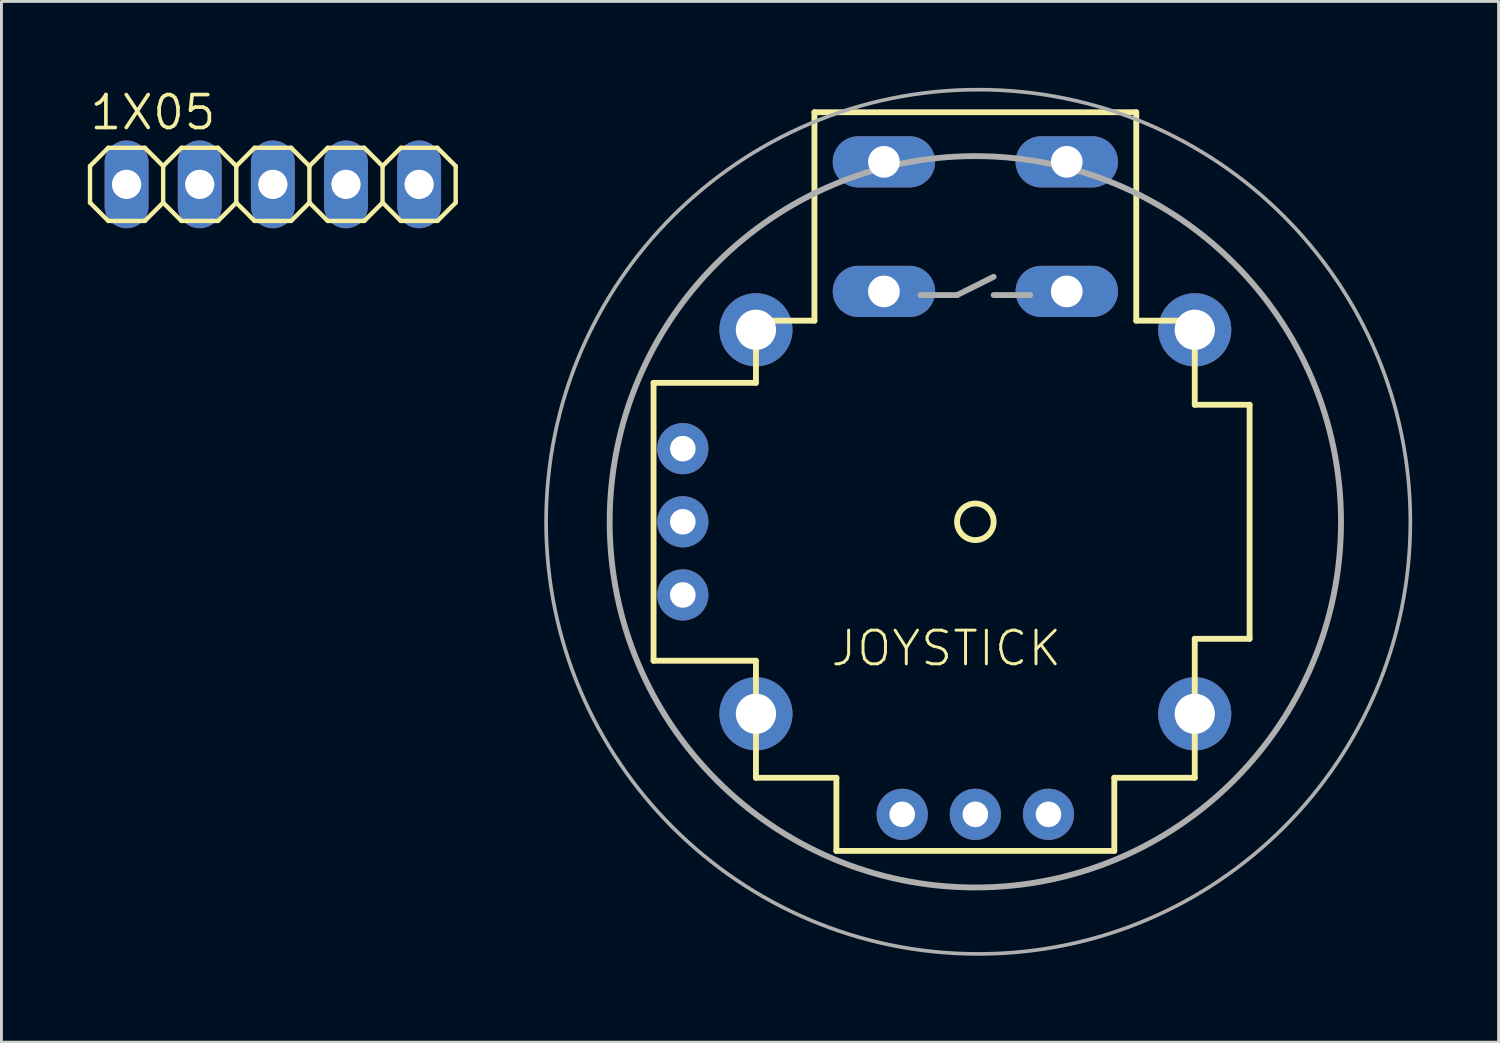
<source format=kicad_pcb>
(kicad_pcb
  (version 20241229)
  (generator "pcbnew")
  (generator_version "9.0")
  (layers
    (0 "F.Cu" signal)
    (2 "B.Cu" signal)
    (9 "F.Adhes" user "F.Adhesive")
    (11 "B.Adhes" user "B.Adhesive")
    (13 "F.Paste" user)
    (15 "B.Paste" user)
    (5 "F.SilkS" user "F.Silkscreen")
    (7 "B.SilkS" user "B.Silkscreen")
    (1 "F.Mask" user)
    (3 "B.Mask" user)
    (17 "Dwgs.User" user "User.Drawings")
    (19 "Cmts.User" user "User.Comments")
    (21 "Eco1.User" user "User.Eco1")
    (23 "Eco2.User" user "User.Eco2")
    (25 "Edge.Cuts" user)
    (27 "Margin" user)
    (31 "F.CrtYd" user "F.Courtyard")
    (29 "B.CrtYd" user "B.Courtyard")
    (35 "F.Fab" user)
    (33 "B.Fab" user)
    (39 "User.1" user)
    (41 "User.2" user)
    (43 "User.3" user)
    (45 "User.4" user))
  (footprint "1X05"
    (layer "F.Cu")
    (at 6.426 3.353)
    (property "Reference" "1X05" (at -6.426 -1.829 0) (layer "F.SilkS") (effects (font (size 1.143 1.143) (thickness 0.127)) (justify left bottom)))
    (fp_line (start -6.35 -0.635) (end -6.35 0.635) (stroke (width 0.152) (type solid)) (layer "F.SilkS"))
    (fp_line (start -6.35 0.635) (end -5.715 1.27) (stroke (width 0.152) (type solid)) (layer "F.SilkS"))
    (fp_line (start -5.715 -1.27) (end -6.35 -0.635) (stroke (width 0.152) (type solid)) (layer "F.SilkS"))
    (fp_line (start -5.715 -1.27) (end -4.445 -1.27) (stroke (width 0.152) (type solid)) (layer "F.SilkS"))
    (fp_line (start -4.445 -1.27) (end -3.81 -0.635) (stroke (width 0.152) (type solid)) (layer "F.SilkS"))
    (fp_line (start -4.445 1.27) (end -5.715 1.27) (stroke (width 0.152) (type solid)) (layer "F.SilkS"))
    (fp_line (start -3.81 -0.635) (end -3.81 0.635) (stroke (width 0.152) (type solid)) (layer "F.SilkS"))
    (fp_line (start -3.81 -0.635) (end -3.175 -1.27) (stroke (width 0.152) (type solid)) (layer "F.SilkS"))
    (fp_line (start -3.81 0.635) (end -4.445 1.27) (stroke (width 0.152) (type solid)) (layer "F.SilkS"))
    (fp_line (start -3.175 -1.27) (end -1.905 -1.27) (stroke (width 0.152) (type solid)) (layer "F.SilkS"))
    (fp_line (start -3.175 1.27) (end -3.81 0.635) (stroke (width 0.152) (type solid)) (layer "F.SilkS"))
    (fp_line (start -1.905 -1.27) (end -1.27 -0.635) (stroke (width 0.152) (type solid)) (layer "F.SilkS"))
    (fp_line (start -1.905 1.27) (end -3.175 1.27) (stroke (width 0.152) (type solid)) (layer "F.SilkS"))
    (fp_line (start -1.27 -0.635) (end -1.27 0.635) (stroke (width 0.152) (type solid)) (layer "F.SilkS"))
    (fp_line (start -1.27 -0.635) (end -0.635 -1.27) (stroke (width 0.152) (type solid)) (layer "F.SilkS"))
    (fp_line (start -1.27 0.635) (end -1.905 1.27) (stroke (width 0.152) (type solid)) (layer "F.SilkS"))
    (fp_line (start -0.635 -1.27) (end 0.635 -1.27) (stroke (width 0.152) (type solid)) (layer "F.SilkS"))
    (fp_line (start -0.635 1.27) (end -1.27 0.635) (stroke (width 0.152) (type solid)) (layer "F.SilkS"))
    (fp_line (start 0.635 -1.27) (end 1.27 -0.635) (stroke (width 0.152) (type solid)) (layer "F.SilkS"))
    (fp_line (start 0.635 1.27) (end -0.635 1.27) (stroke (width 0.152) (type solid)) (layer "F.SilkS"))
    (fp_line (start 1.27 -0.635) (end 1.27 0.635) (stroke (width 0.152) (type solid)) (layer "F.SilkS"))
    (fp_line (start 1.27 0.635) (end 0.635 1.27) (stroke (width 0.152) (type solid)) (layer "F.SilkS"))
    (fp_line (start 1.27 0.635) (end 1.905 1.27) (stroke (width 0.152) (type solid)) (layer "F.SilkS"))
    (fp_line (start 1.905 -1.27) (end 1.27 -0.635) (stroke (width 0.152) (type solid)) (layer "F.SilkS"))
    (fp_line (start 1.905 -1.27) (end 3.175 -1.27) (stroke (width 0.152) (type solid)) (layer "F.SilkS"))
    (fp_line (start 3.175 -1.27) (end 3.81 -0.635) (stroke (width 0.152) (type solid)) (layer "F.SilkS"))
    (fp_line (start 3.175 1.27) (end 1.905 1.27) (stroke (width 0.152) (type solid)) (layer "F.SilkS"))
    (fp_line (start 3.81 -0.635) (end 3.81 0.635) (stroke (width 0.152) (type solid)) (layer "F.SilkS"))
    (fp_line (start 3.81 0.635) (end 3.175 1.27) (stroke (width 0.152) (type solid)) (layer "F.SilkS"))
    (fp_line (start 3.81 0.635) (end 4.445 1.27) (stroke (width 0.152) (type solid)) (layer "F.SilkS"))
    (fp_line (start 4.445 -1.27) (end 3.81 -0.635) (stroke (width 0.152) (type solid)) (layer "F.SilkS"))
    (fp_line (start 4.445 -1.27) (end 5.715 -1.27) (stroke (width 0.152) (type solid)) (layer "F.SilkS"))
    (fp_line (start 5.715 -1.27) (end 6.35 -0.635) (stroke (width 0.152) (type solid)) (layer "F.SilkS"))
    (fp_line (start 5.715 1.27) (end 4.445 1.27) (stroke (width 0.152) (type solid)) (layer "F.SilkS"))
    (fp_line (start 6.35 -0.635) (end 6.35 0.635) (stroke (width 0.152) (type solid)) (layer "F.SilkS"))
    (fp_line (start 6.35 0.635) (end 5.715 1.27) (stroke (width 0.152) (type solid)) (layer "F.SilkS"))
    (fp_poly (pts (xy -5.334 0.254) (xy -4.826 0.254) (xy -4.826 -0.254) (xy -5.334 -0.254)) (stroke (width 0.1) (type solid)) (fill no) (layer "F.Fab"))
    (fp_poly (pts (xy -2.794 0.254) (xy -2.286 0.254) (xy -2.286 -0.254) (xy -2.794 -0.254)) (stroke (width 0.1) (type solid)) (fill no) (layer "F.Fab"))
    (fp_poly (pts (xy -0.254 0.254) (xy 0.254 0.254) (xy 0.254 -0.254) (xy -0.254 -0.254)) (stroke (width 0.1) (type solid)) (fill no) (layer "F.Fab"))
    (fp_poly (pts (xy 2.286 0.254) (xy 2.794 0.254) (xy 2.794 -0.254) (xy 2.286 -0.254)) (stroke (width 0.1) (type solid)) (fill no) (layer "F.Fab"))
    (fp_poly (pts (xy 4.826 0.254) (xy 5.334 0.254) (xy 5.334 -0.254) (xy 4.826 -0.254)) (stroke (width 0.1) (type solid)) (fill no) (layer "F.Fab"))
    (pad "1" thru_hole oval (at -5.08 0 90) (size 3.048 1.524) (drill 1.016) (layers "*.Cu" "*.Mask"))
    (pad "2" thru_hole oval (at -2.54 0 90) (size 3.048 1.524) (drill 1.016) (layers "*.Cu" "*.Mask"))
    (pad "3" thru_hole oval (at 0 0 90) (size 3.048 1.524) (drill 1.016) (layers "*.Cu" "*.Mask"))
    (pad "4" thru_hole oval (at 2.54 0 90) (size 3.048 1.524) (drill 1.016) (layers "*.Cu" "*.Mask"))
    (pad "5" thru_hole oval (at 5.08 0 90) (size 3.048 1.524) (drill 1.016) (layers "*.Cu" "*.Mask")))
  (footprint "JOYSTICK"
    (layer "F.Cu")
    (at 30.824 15.072)
    (property "Reference" "JOYSTICK" (at -5.08 5.08 0) (layer "F.SilkS") (effects (font (size 1.168 1.168) (thickness 0.102)) (justify left bottom)))
    (fp_line (start -11.176 -4.826) (end -11.176 4.826) (stroke (width 0.203) (type solid)) (layer "F.SilkS"))
    (fp_line (start -7.62 -4.826) (end -11.176 -4.826) (stroke (width 0.203) (type solid)) (layer "F.SilkS"))
    (fp_line (start -7.62 -4.826) (end -7.62 -6.985) (stroke (width 0.203) (type solid)) (layer "F.SilkS"))
    (fp_line (start -7.62 4.826) (end -11.176 4.826) (stroke (width 0.203) (type solid)) (layer "F.SilkS"))
    (fp_line (start -7.62 4.826) (end -7.62 8.89) (stroke (width 0.203) (type solid)) (layer "F.SilkS"))
    (fp_line (start -5.588 -14.224) (end -5.588 -6.985) (stroke (width 0.203) (type solid)) (layer "F.SilkS"))
    (fp_line (start -5.588 -6.985) (end -7.62 -6.985) (stroke (width 0.203) (type solid)) (layer "F.SilkS"))
    (fp_line (start -4.826 8.89) (end -7.62 8.89) (stroke (width 0.203) (type solid)) (layer "F.SilkS"))
    (fp_line (start -4.826 11.43) (end -4.826 8.89) (stroke (width 0.203) (type solid)) (layer "F.SilkS"))
    (fp_line (start 4.826 8.89) (end 7.62 8.89) (stroke (width 0.203) (type solid)) (layer "F.SilkS"))
    (fp_line (start 4.826 11.43) (end -4.826 11.43) (stroke (width 0.203) (type solid)) (layer "F.SilkS"))
    (fp_line (start 4.826 11.43) (end 4.826 8.89) (stroke (width 0.203) (type solid)) (layer "F.SilkS"))
    (fp_line (start 5.588 -14.224) (end -5.588 -14.224) (stroke (width 0.203) (type solid)) (layer "F.SilkS"))
    (fp_line (start 5.588 -14.224) (end 5.588 -6.985) (stroke (width 0.203) (type solid)) (layer "F.SilkS"))
    (fp_line (start 7.62 -6.985) (end 5.588 -6.985) (stroke (width 0.203) (type solid)) (layer "F.SilkS"))
    (fp_line (start 7.62 -4.064) (end 7.62 -6.985) (stroke (width 0.203) (type solid)) (layer "F.SilkS"))
    (fp_line (start 7.62 -4.064) (end 9.525 -4.064) (stroke (width 0.203) (type solid)) (layer "F.SilkS"))
    (fp_line (start 7.62 4.064) (end 7.62 8.89) (stroke (width 0.203) (type solid)) (layer "F.SilkS"))
    (fp_line (start 7.62 4.064) (end 9.525 4.064) (stroke (width 0.203) (type solid)) (layer "F.SilkS"))
    (fp_line (start 9.525 -4.064) (end 9.525 4.064) (stroke (width 0.203) (type solid)) (layer "F.SilkS"))
    (fp_circle (center 0 0) (end 0.635 0) (stroke (width 0.203) (type solid)) (fill no) (layer "F.SilkS"))
    (fp_line (start -1.905 -7.874) (end -0.635 -7.874) (stroke (width 0.203) (type solid)) (layer "F.Fab"))
    (fp_line (start -0.635 -7.874) (end 0.635 -8.509) (stroke (width 0.203) (type solid)) (layer "F.Fab"))
    (fp_line (start 0.635 -7.874) (end 1.905 -7.874) (stroke (width 0.203) (type solid)) (layer "F.Fab"))
    (fp_circle (center 0 0) (end 12.7 0) (stroke (width 0.203) (type solid)) (fill no) (layer "F.Fab"))
    (fp_circle (center 0.1 0) (end 15.108 0) (stroke (width 0.127) (type solid)) (fill no) (layer "F.Fab"))
    (pad "B1A" thru_hole oval (at -3.175 -12.501) (size 3.556 1.778) (drill 1.1) (layers "*.Cu" "*.Mask"))
    (pad "B1B" thru_hole oval (at 3.175 -12.501) (size 3.556 1.778) (drill 1.1) (layers "*.Cu" "*.Mask"))
    (pad "B2A" thru_hole oval (at -3.175 -8.001) (size 3.556 1.778) (drill 1.1) (layers "*.Cu" "*.Mask"))
    (pad "B2B" thru_hole oval (at 3.175 -8.001) (size 3.556 1.778) (drill 1.1) (layers "*.Cu" "*.Mask"))
    (pad "H1" thru_hole circle (at -2.54 10.16) (size 1.778 1.778) (drill 0.889) (layers "*.Cu" "*.Mask"))
    (pad "H2" thru_hole circle (at 0 10.16) (size 1.778 1.778) (drill 0.889) (layers "*.Cu" "*.Mask"))
    (pad "H3" thru_hole circle (at 2.54 10.16) (size 1.778 1.778) (drill 0.889) (layers "*.Cu" "*.Mask"))
    (pad "MOUNT1" thru_hole circle (at -7.62 -6.668) (size 2.54 2.54) (drill 1.397) (layers "*.Cu" "*.Mask"))
    (pad "MOUNT2" thru_hole circle (at -7.62 6.668) (size 2.54 2.54) (drill 1.397) (layers "*.Cu" "*.Mask"))
    (pad "MOUNT3" thru_hole circle (at 7.62 6.668) (size 2.54 2.54) (drill 1.397) (layers "*.Cu" "*.Mask"))
    (pad "MOUNT4" thru_hole circle (at 7.62 -6.668) (size 2.54 2.54) (drill 1.397) (layers "*.Cu" "*.Mask"))
    (pad "V1" thru_hole circle (at -10.16 -2.54) (size 1.778 1.778) (drill 0.889) (layers "*.Cu" "*.Mask"))
    (pad "V2" thru_hole circle (at -10.16 0) (size 1.778 1.778) (drill 0.889) (layers "*.Cu" "*.Mask"))
    (pad "V3" thru_hole circle (at -10.16 2.54) (size 1.778 1.778) (drill 0.889) (layers "*.Cu" "*.Mask")))
  (gr_rect
    (start -3 -3)
    (end 48.996 33.144)
    (stroke (width 0.1) (type default))
    (fill no)
    (layer "Edge.Cuts")))
</source>
